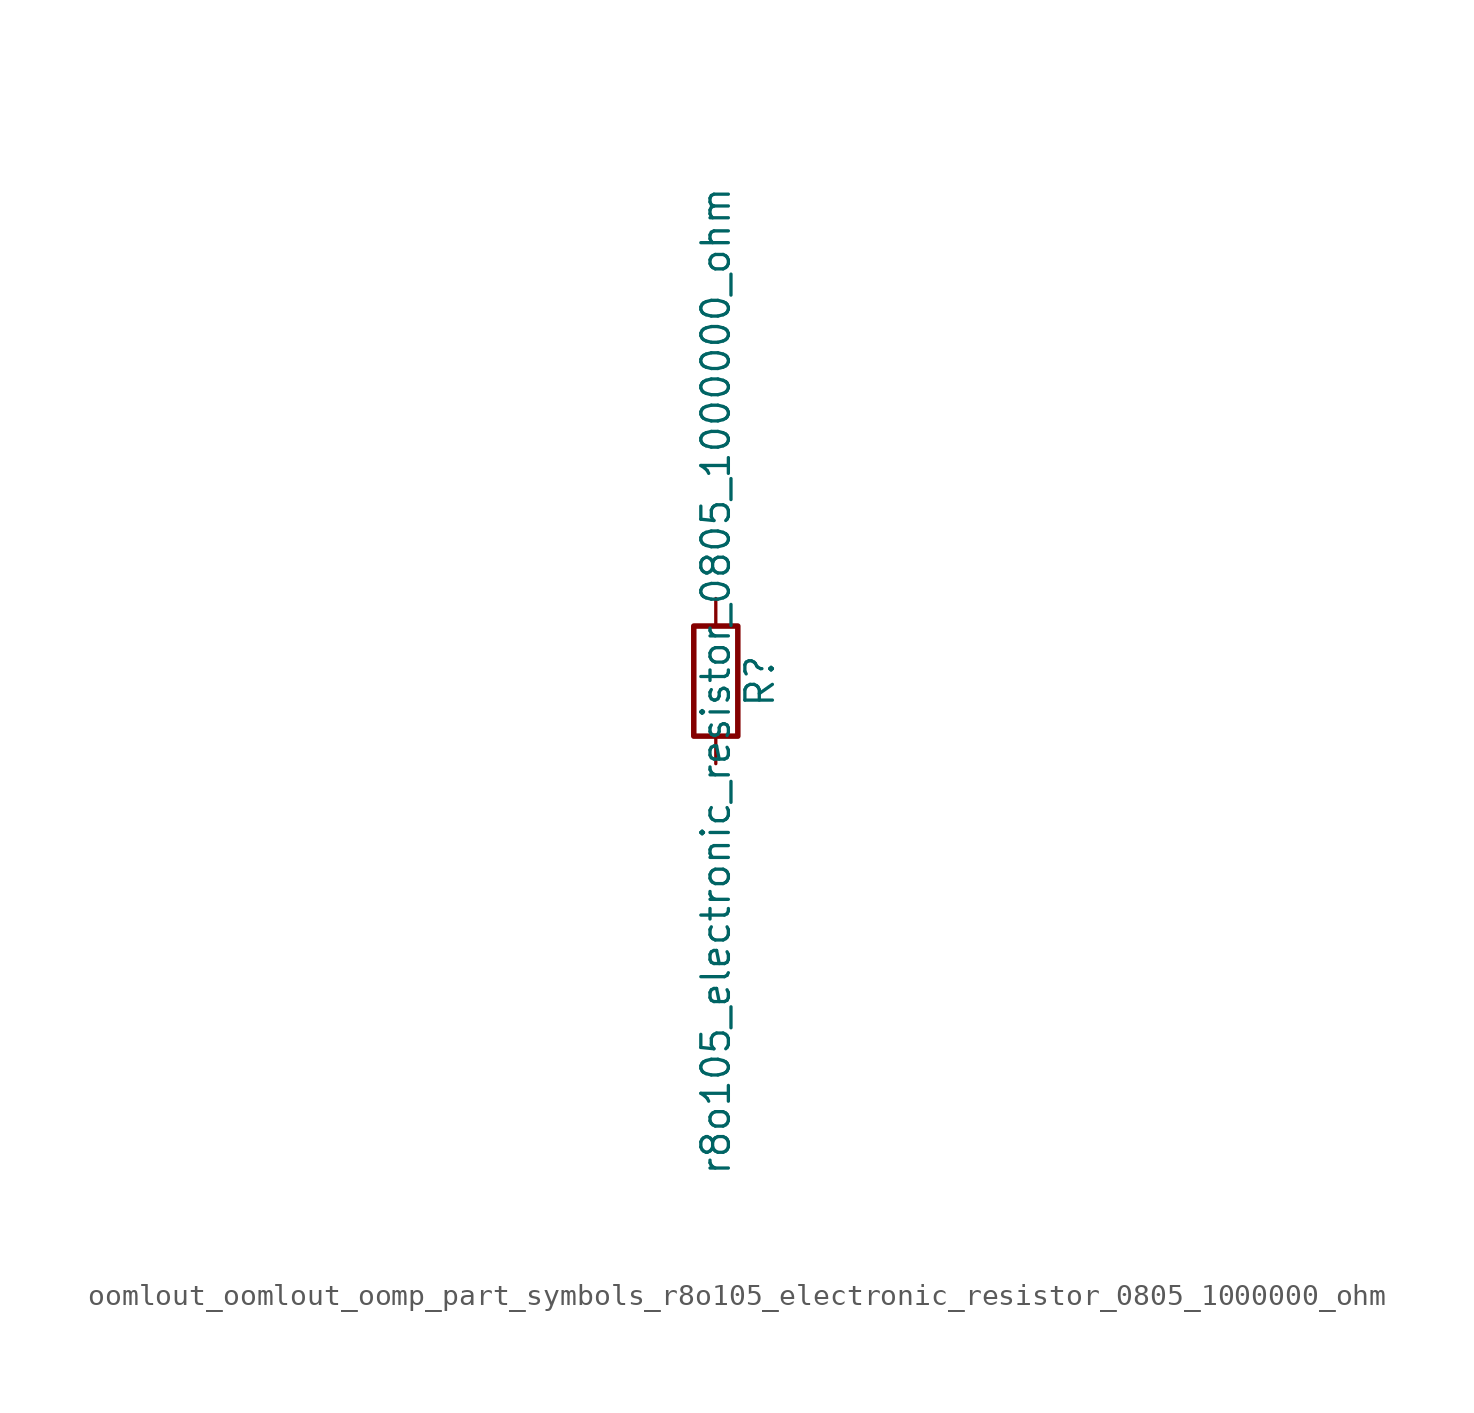
<source format=kicad_sym>
(kicad_symbol_lib
  (version 20220914)
  (generator kicad_symbol_editor)
  (symbol "oomlout_oomlout_oomp_part_symbols_r8o105_electronic_resistor_0805_1000000_ohm"
    (pin_numbers hide)
    (pin_names
      (offset 0))
    (property "Reference" "R"
      (at 2.032 0 90)
      (effects (font (size 1.27 1.27))))
    (property "Value" "r8o105_electronic_resistor_0805_1000000_ohm"
      (at 0 0 90)
      (effects (font (size 1.27 1.27))))
    (symbol "oomlout_oomlout_oomp_part_symbols_r8o105_electronic_resistor_0805_1000000_ohm_0_1"
      (rectangle (start -1.016 -2.54) (end 1.016 2.54) (stroke (width 0.254) (type default)) (fill (type none))))
    (symbol "oomlout_oomlout_oomp_part_symbols_r8o105_electronic_resistor_0805_1000000_ohm_1_1"
      (pin passive line (at 0 3.81 270) (length 1.27) (name "~" (effects (font (size 1.27 1.27)))) (number "1" (effects (font (size 1.27 1.27)))))
      (pin passive line (at 0 -3.81 90) (length 1.27) (name "~" (effects (font (size 1.27 1.27)))) (number "2" (effects (font (size 1.27 1.27))))))))
</source>
